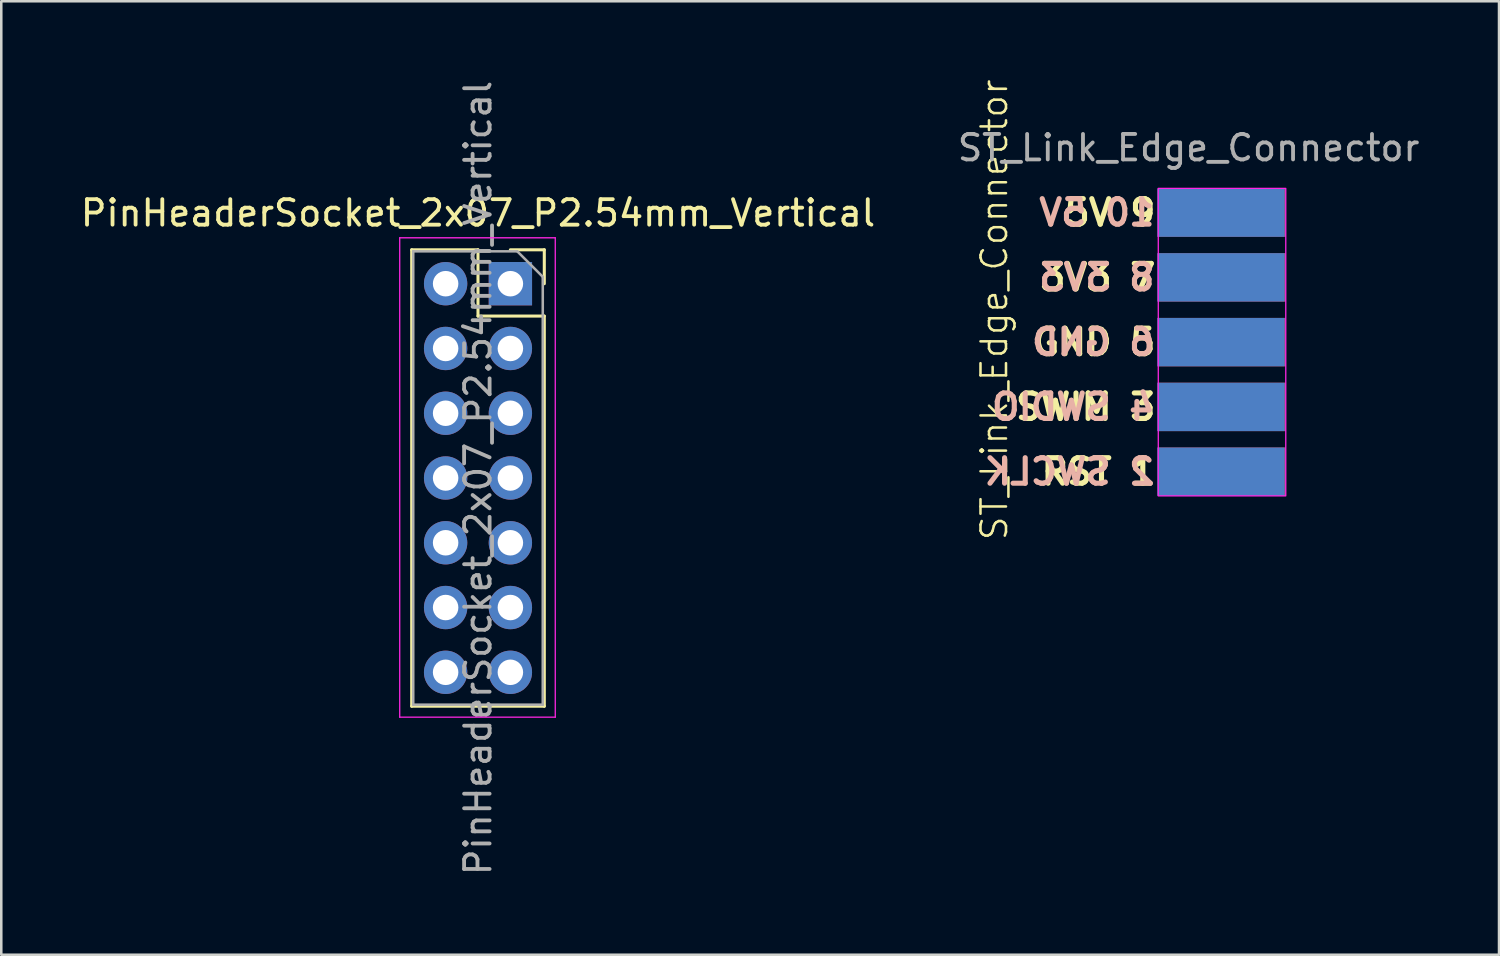
<source format=kicad_pcb>
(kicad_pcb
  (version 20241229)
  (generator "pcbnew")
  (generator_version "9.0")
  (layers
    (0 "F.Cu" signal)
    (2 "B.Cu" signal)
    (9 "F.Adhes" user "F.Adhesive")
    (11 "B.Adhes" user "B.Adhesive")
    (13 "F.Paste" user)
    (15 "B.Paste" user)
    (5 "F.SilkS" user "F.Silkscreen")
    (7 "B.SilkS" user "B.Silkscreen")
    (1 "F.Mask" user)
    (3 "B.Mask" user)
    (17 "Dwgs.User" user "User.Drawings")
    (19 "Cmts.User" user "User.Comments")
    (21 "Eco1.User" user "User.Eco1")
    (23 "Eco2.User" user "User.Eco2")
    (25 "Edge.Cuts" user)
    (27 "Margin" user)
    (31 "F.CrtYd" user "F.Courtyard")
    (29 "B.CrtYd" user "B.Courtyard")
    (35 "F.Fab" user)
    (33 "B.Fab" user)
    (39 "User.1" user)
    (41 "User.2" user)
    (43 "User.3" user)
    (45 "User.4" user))
  (footprint "ST_Link_Edge_Connector"
    (layer "F.Cu")
    (at 47.375 10.368)
    (property "Reference" "ST_Link_Edge_Connector" (at -11.43 -1.27 90) (unlocked yes) (layer "F.SilkS") (effects (font (size 1 1) (thickness 0.1))))
    (attr smd)
    (fp_rect (start -5 -6.03) (end 0 6.03) (stroke (width 0.05) (type default)) (fill no) (layer "F.CrtYd"))
    (fp_text user "5V 9" (at -5 -5.08 0) (unlocked yes) (layer "F.SilkS") (effects (font (size 1 1) (thickness 0.2) (bold yes)) (justify right)))
    (fp_text user "SWIM 3" (at -5 2.54 0) (unlocked yes) (layer "F.SilkS") (effects (font (size 1 1) (thickness 0.2) (bold yes)) (justify right)))
    (fp_text user "GND 5" (at -5 0 0) (unlocked yes) (layer "F.SilkS") (effects (font (size 1 1) (thickness 0.2) (bold yes)) (justify right)))
    (fp_text user "3V3 7" (at -5 -2.54 0) (unlocked yes) (layer "F.SilkS") (effects (font (size 1 1) (thickness 0.2) (bold yes)) (justify right)))
    (fp_text user "RST 1" (at -5 5.08 0) (unlocked yes) (layer "F.SilkS") (effects (font (size 1 1) (thickness 0.2) (bold yes)) (justify right)))
    (fp_text user "4 SWDIO" (at -5.04 2.54 0) (unlocked yes) (layer "B.SilkS") (effects (font (size 1 1) (thickness 0.2) (bold yes)) (justify left mirror)))
    (fp_text user "6 GND" (at -5.04 0 0) (unlocked yes) (layer "B.SilkS") (effects (font (size 1 1) (thickness 0.2) (bold yes)) (justify left mirror)))
    (fp_text user "2 SWCLK" (at -5.04 5.08 0) (unlocked yes) (layer "B.SilkS") (effects (font (size 1 1) (thickness 0.2) (bold yes)) (justify left mirror)))
    (fp_text user "8 3V3" (at -5.04 -2.54 0) (unlocked yes) (layer "B.SilkS") (effects (font (size 1 1) (thickness 0.2) (bold yes)) (justify left mirror)))
    (fp_text user "10 5V" (at -5.04 -5.08 0) (unlocked yes) (layer "B.SilkS") (effects (font (size 1 1) (thickness 0.2) (bold yes)) (justify left mirror)))
    (fp_text user "${REFERENCE}" (at -3.81 -7.62 0) (unlocked yes) (layer "F.Fab") (effects (font (size 1 1) (thickness 0.15))))
    (pad "1" smd rect (at -2.5 5.08) (size 5 1.9) (layers "F.Cu" "F.Mask" "F.Paste"))
    (pad "2" smd rect (at -2.54 5.08) (size 5 1.9) (layers "B.Cu" "B.Mask" "B.Paste"))
    (pad "3" smd rect (at -2.5 2.54) (size 5 1.9) (layers "F.Cu" "F.Mask" "F.Paste"))
    (pad "4" smd rect (at -2.54 2.54) (size 5 1.9) (layers "B.Cu" "B.Mask" "B.Paste"))
    (pad "5" smd rect (at -2.5 0) (size 5 1.9) (layers "F.Cu" "F.Mask" "F.Paste"))
    (pad "6" smd rect (at -2.54 0) (size 5 1.9) (layers "B.Cu" "B.Mask" "B.Paste"))
    (pad "7" smd rect (at -2.5 -2.54) (size 5 1.9) (layers "F.Cu" "F.Mask" "F.Paste"))
    (pad "8" smd rect (at -2.54 -2.54) (size 5 1.9) (layers "B.Cu" "B.Mask" "B.Paste"))
    (pad "9" smd rect (at -2.5 -5.08) (size 5 1.9) (layers "F.Cu" "F.Mask" "F.Paste"))
    (pad "10" smd rect (at -2.54 -5.08) (size 5 1.9) (layers "B.Cu" "B.Mask" "B.Paste")))
  (footprint "PinHeaderSocket_2x07_P2.54mm_Vertical"
    (layer "F.Cu")
    (at 16.966 8.076)
    (property "Reference" "PinHeaderSocket_2x07_P2.54mm_Vertical" (at -1.27 -2.77 0) (layer "F.SilkS") (effects (font (size 1 1) (thickness 0.15))))
    (attr through_hole)
    (fp_line (start -3.87 -1.33) (end -3.87 16.57) (stroke (width 0.12) (type solid)) (layer "F.SilkS"))
    (fp_line (start -3.87 -1.33) (end -1.27 -1.33) (stroke (width 0.12) (type solid)) (layer "F.SilkS"))
    (fp_line (start -3.87 16.57) (end 1.33 16.57) (stroke (width 0.12) (type solid)) (layer "F.SilkS"))
    (fp_line (start -1.27 -1.33) (end -1.27 1.27) (stroke (width 0.12) (type solid)) (layer "F.SilkS"))
    (fp_line (start -1.27 1.27) (end 1.33 1.27) (stroke (width 0.12) (type solid)) (layer "F.SilkS"))
    (fp_line (start 0 -1.33) (end 1.33 -1.33) (stroke (width 0.12) (type solid)) (layer "F.SilkS"))
    (fp_line (start 1.33 -1.33) (end 1.33 0) (stroke (width 0.12) (type solid)) (layer "F.SilkS"))
    (fp_line (start 1.33 1.27) (end 1.33 16.57) (stroke (width 0.12) (type solid)) (layer "F.SilkS"))
    (fp_line (start -4.34 -1.8) (end 1.76 -1.8) (stroke (width 0.05) (type solid)) (layer "F.CrtYd"))
    (fp_line (start -4.34 17) (end -4.34 -1.8) (stroke (width 0.05) (type solid)) (layer "F.CrtYd"))
    (fp_line (start 1.76 -1.8) (end 1.76 17) (stroke (width 0.05) (type solid)) (layer "F.CrtYd"))
    (fp_line (start 1.76 17) (end -4.34 17) (stroke (width 0.05) (type solid)) (layer "F.CrtYd"))
    (fp_line (start -3.81 -1.27) (end 0.27 -1.27) (stroke (width 0.1) (type solid)) (layer "F.Fab"))
    (fp_line (start -3.81 16.51) (end -3.81 -1.27) (stroke (width 0.1) (type solid)) (layer "F.Fab"))
    (fp_line (start 0.27 -1.27) (end 1.27 -0.27) (stroke (width 0.1) (type solid)) (layer "F.Fab"))
    (fp_line (start 1.27 -0.27) (end 1.27 16.51) (stroke (width 0.1) (type solid)) (layer "F.Fab"))
    (fp_line (start 1.27 16.51) (end -3.81 16.51) (stroke (width 0.1) (type solid)) (layer "F.Fab"))
    (fp_text user "${REFERENCE}" (at -1.27 7.62 90) (layer "F.Fab") (effects (font (size 1 1) (thickness 0.15))))
    (pad "1" thru_hole rect (at 0 0) (size 1.7 1.7) (drill 1) (layers "*.Cu" "*.Mask"))
    (pad "2" thru_hole oval (at -2.54 0) (size 1.7 1.7) (drill 1) (layers "*.Cu" "*.Mask"))
    (pad "3" thru_hole oval (at 0 2.54) (size 1.7 1.7) (drill 1) (layers "*.Cu" "*.Mask"))
    (pad "4" thru_hole oval (at -2.54 2.54) (size 1.7 1.7) (drill 1) (layers "*.Cu" "*.Mask"))
    (pad "5" thru_hole oval (at 0 5.08) (size 1.7 1.7) (drill 1) (layers "*.Cu" "*.Mask"))
    (pad "6" thru_hole oval (at -2.54 5.08) (size 1.7 1.7) (drill 1) (layers "*.Cu" "*.Mask"))
    (pad "7" thru_hole oval (at 0 7.62) (size 1.7 1.7) (drill 1) (layers "*.Cu" "*.Mask"))
    (pad "8" thru_hole oval (at -2.54 7.62) (size 1.7 1.7) (drill 1) (layers "*.Cu" "*.Mask"))
    (pad "9" thru_hole oval (at 0 10.16) (size 1.7 1.7) (drill 1) (layers "*.Cu" "*.Mask"))
    (pad "10" thru_hole oval (at -2.54 10.16) (size 1.7 1.7) (drill 1) (layers "*.Cu" "*.Mask"))
    (pad "11" thru_hole oval (at 0 12.7) (size 1.7 1.7) (drill 1) (layers "*.Cu" "*.Mask"))
    (pad "12" thru_hole oval (at -2.54 12.7) (size 1.7 1.7) (drill 1) (layers "*.Cu" "*.Mask"))
    (pad "13" thru_hole oval (at 0 15.24) (size 1.7 1.7) (drill 1) (layers "*.Cu" "*.Mask"))
    (pad "14" thru_hole oval (at -2.54 15.24) (size 1.7 1.7) (drill 1) (layers "*.Cu" "*.Mask")))
  (gr_rect
    (start -3 -3)
    (end 55.738 34.393)
    (stroke (width 0.1) (type default))
    (fill no)
    (layer "Edge.Cuts")))
</source>
